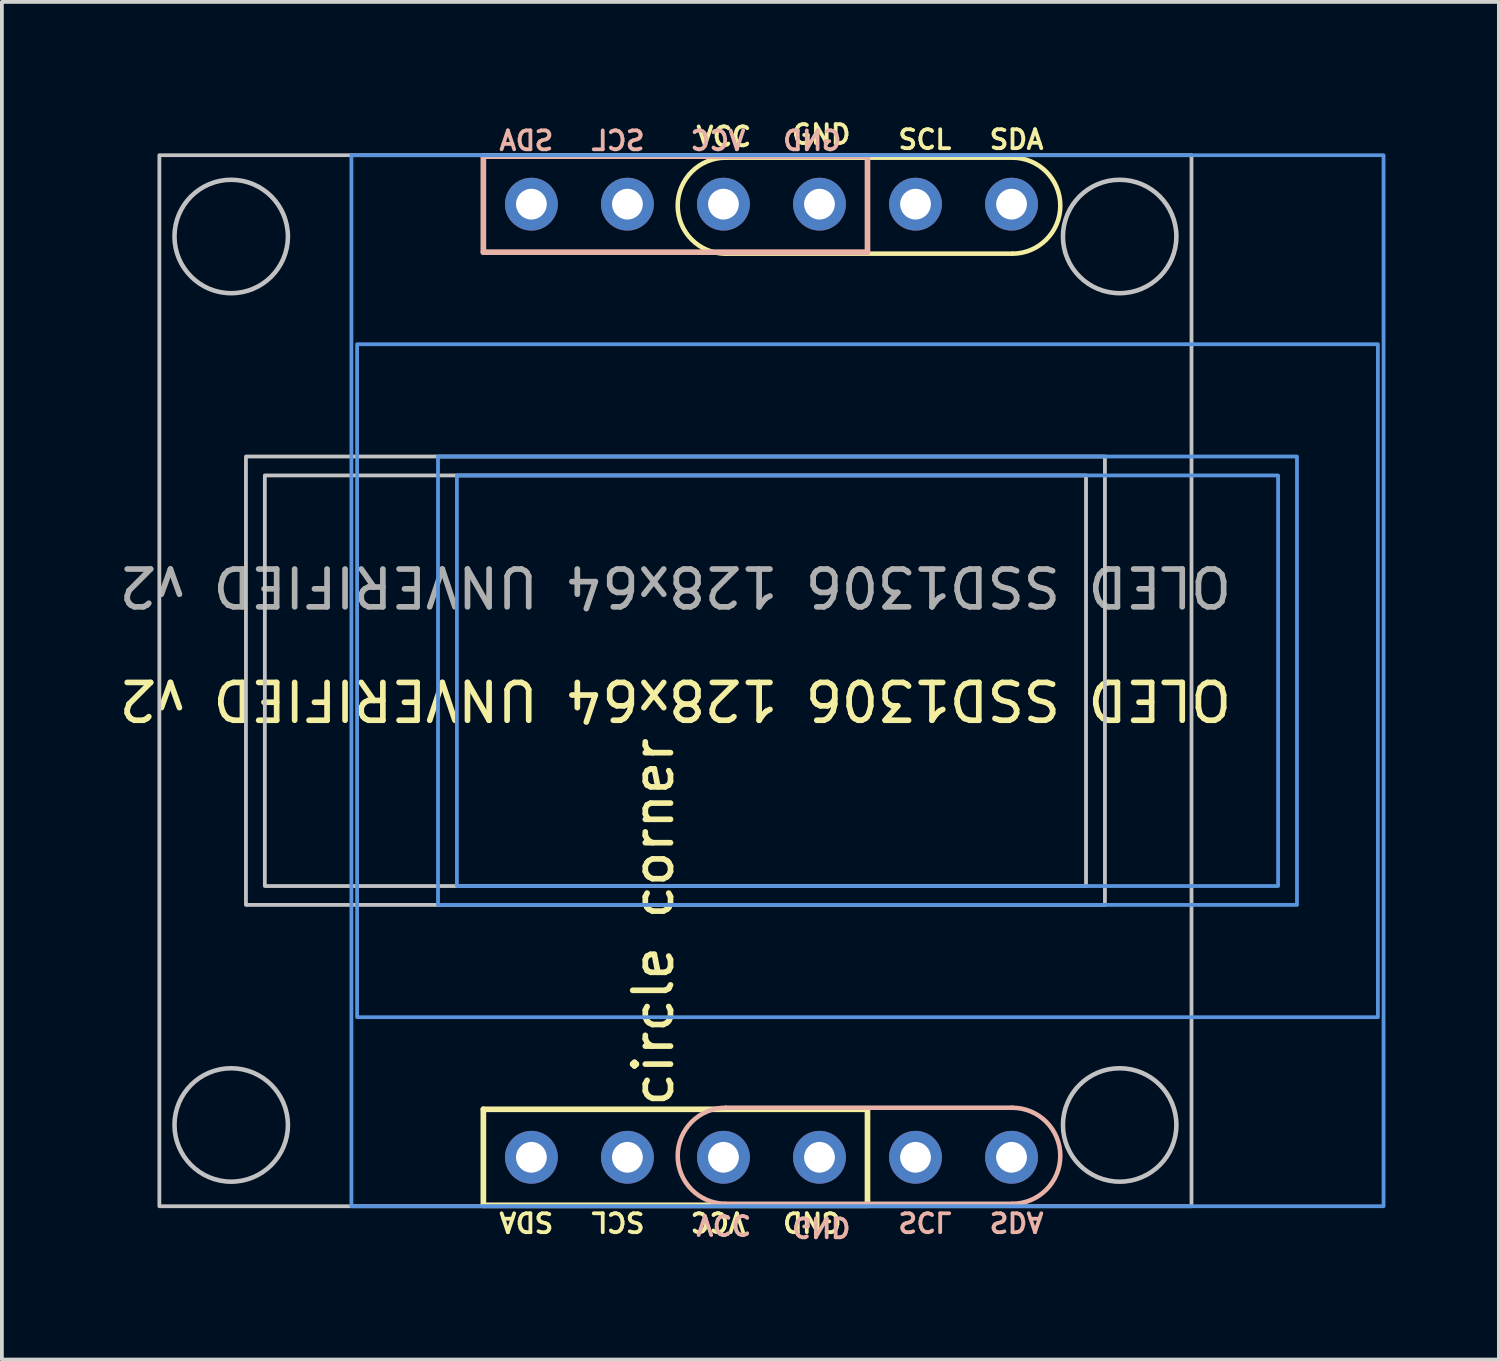
<source format=kicad_pcb>
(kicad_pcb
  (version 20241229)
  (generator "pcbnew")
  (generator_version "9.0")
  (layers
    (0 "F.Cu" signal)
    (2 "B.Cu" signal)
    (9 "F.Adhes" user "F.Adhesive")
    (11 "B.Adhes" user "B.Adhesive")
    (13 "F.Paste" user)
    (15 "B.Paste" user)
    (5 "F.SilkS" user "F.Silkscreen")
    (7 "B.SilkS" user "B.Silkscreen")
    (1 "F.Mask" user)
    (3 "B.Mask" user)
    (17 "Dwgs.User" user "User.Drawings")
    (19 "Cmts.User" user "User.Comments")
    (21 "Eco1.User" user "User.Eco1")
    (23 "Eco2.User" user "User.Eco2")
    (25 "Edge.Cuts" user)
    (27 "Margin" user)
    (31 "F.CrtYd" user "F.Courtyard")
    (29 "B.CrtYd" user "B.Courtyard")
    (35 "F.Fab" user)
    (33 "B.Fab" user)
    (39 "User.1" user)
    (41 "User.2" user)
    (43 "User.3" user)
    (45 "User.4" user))
  (footprint "OLED SSD1306 128x64 UNVERIFIED v2"
    (layer "F.Cu")
    (at 16.941 14.955)
    (property "Reference" "OLED SSD1306 128x64 UNVERIFIED v2" (at -2.126 0.5 180) (unlocked yes) (layer "F.SilkS") (effects (font (size 1 1) (thickness 0.15))))
    (attr through_hole exclude_from_pos_files exclude_from_bom)
    (fp_line (start -7.206 13.875) (end -7.206 11.335) (stroke (width 0.15) (type solid)) (layer "F.SilkS"))
    (fp_line (start -7.206 13.875) (end 2.954 13.875) (stroke (width 0.15) (type solid)) (layer "F.SilkS"))
    (fp_line (start -0.796 -11.295) (end 6.784 -11.295) (stroke (width 0.12) (type default)) (layer "F.SilkS"))
    (fp_line (start 2.954 11.335) (end -7.206 11.335) (stroke (width 0.15) (type solid)) (layer "F.SilkS"))
    (fp_line (start 2.954 11.335) (end 2.954 13.875) (stroke (width 0.15) (type solid)) (layer "F.SilkS"))
    (fp_line (start 6.784 -13.835) (end -0.796 -13.835) (stroke (width 0.12) (type default)) (layer "F.SilkS"))
    (fp_arc (start -0.796011 -11.295) (mid -2.066011 -12.565) (end -0.796011 -13.835) (stroke (width 0.12) (type default)) (layer "F.SilkS"))
    (fp_arc (start 6.783989 -13.835) (mid 8.053989 -12.565) (end 6.783989 -11.295) (stroke (width 0.12) (type default)) (layer "F.SilkS"))
    (fp_line (start -7.206 -13.875) (end -7.206 -11.335) (stroke (width 0.15) (type solid)) (layer "B.SilkS"))
    (fp_line (start -7.206 -13.875) (end 2.954 -13.875) (stroke (width 0.15) (type solid)) (layer "B.SilkS"))
    (fp_line (start -0.796 11.295) (end 6.784 11.295) (stroke (width 0.12) (type default)) (layer "B.SilkS"))
    (fp_line (start 2.954 -11.335) (end -7.206 -11.335) (stroke (width 0.15) (type solid)) (layer "B.SilkS"))
    (fp_line (start 2.954 -11.335) (end 2.954 -13.875) (stroke (width 0.15) (type solid)) (layer "B.SilkS"))
    (fp_line (start 6.784 13.835) (end -0.796 13.835) (stroke (width 0.12) (type default)) (layer "B.SilkS"))
    (fp_arc (start -0.796011 13.835) (mid -2.066011 12.565) (end -0.796011 11.295) (stroke (width 0.12) (type default)) (layer "B.SilkS"))
    (fp_arc (start 6.783989 11.295) (mid 8.053989 12.565) (end 6.783989 13.835) (stroke (width 0.12) (type default)) (layer "B.SilkS"))
    (fp_rect (start -15.776 -13.9) (end 11.524 13.9) (stroke (width 0.1) (type solid)) (fill no) (layer "Dwgs.User"))
    (fp_rect (start 8.734 -5.43) (end -12.986 5.43) (stroke (width 0.1) (type solid)) (fill no) (layer "Dwgs.User"))
    (fp_rect (start 9.234 -5.93) (end -13.486 5.93) (stroke (width 0.1) (type solid)) (fill no) (layer "Dwgs.User"))
    (fp_circle (center -13.876 -11.75) (end -15.376 -11.75) (stroke (width 0.12) (type default)) (fill no) (layer "Dwgs.User"))
    (fp_circle (center -13.876 11.75) (end -15.376 11.75) (stroke (width 0.12) (type default)) (fill no) (layer "Dwgs.User"))
    (fp_circle (center 9.624 -11.75) (end 8.124 -11.75) (stroke (width 0.12) (type default)) (fill no) (layer "Dwgs.User"))
    (fp_circle (center 9.624 11.75) (end 8.124 11.75) (stroke (width 0.12) (type default)) (fill no) (layer "Dwgs.User"))
    (fp_rect (start -10.696 -13.9) (end 16.604 13.9) (stroke (width 0.1) (type solid)) (fill no) (layer "Cmts.User"))
    (fp_rect (start 13.814 -5.43) (end -7.906 5.43) (stroke (width 0.1) (type solid)) (fill no) (layer "Cmts.User"))
    (fp_rect (start 14.314 -5.93) (end -8.406 5.93) (stroke (width 0.1) (type solid)) (fill no) (layer "Cmts.User"))
    (fp_rect (start 16.454 -8.9) (end -10.546 8.9) (stroke (width 0.1) (type solid)) (fill no) (layer "Cmts.User"))
    (fp_rect (start 11.374 -8.9) (end -15.626 8.9) (stroke (width 0.1) (type solid)) (fill no) (layer "User.7"))
    (fp_text user "circle corner " (at -2.126 11.335 90) (unlocked yes) (layer "F.SilkS") (effects (font (size 1 1) (thickness 0.15)) (justify left bottom)))
    (fp_text user "SDA" (at 6.129 -14.02 0) (unlocked yes) (layer "F.SilkS") (effects (font (size 0.5 0.5) (thickness 0.1)) (justify left bottom)))
    (fp_text user "GND" (at 0.904 -14.155 0) (unlocked yes) (layer "F.SilkS") (effects (font (size 0.5 0.5) (thickness 0.1)) (justify left bottom)))
    (fp_text user "VCC" (at -0.221 14.02 180) (unlocked yes) (layer "F.SilkS") (effects (font (size 0.5 0.5) (thickness 0.1)) (justify left bottom)))
    (fp_text user "VCC" (at -1.626 -14.095 0) (unlocked yes) (layer "F.SilkS") (effects (font (size 0.5 0.5) (thickness 0.1)) (justify left bottom)))
    (fp_text user "SCL" (at 3.716 -14.02 0) (unlocked yes) (layer "F.SilkS") (effects (font (size 0.5 0.5) (thickness 0.1)) (justify left bottom)))
    (fp_text user "GND" (at 2.319 14.02 180) (unlocked yes) (layer "F.SilkS") (effects (font (size 0.5 0.5) (thickness 0.1)) (justify left bottom)))
    (fp_text user "SDA" (at -5.301 14.02 180) (unlocked yes) (layer "F.SilkS") (effects (font (size 0.5 0.5) (thickness 0.1)) (justify left bottom)))
    (fp_text user "SCL" (at -2.888 14.02 180) (unlocked yes) (layer "F.SilkS") (effects (font (size 0.5 0.5) (thickness 0.1)) (justify left bottom)))
    (fp_text user "GND" (at 2.319 -13.99 0) (unlocked yes) (layer "B.SilkS") (effects (font (size 0.5 0.5) (thickness 0.1)) (justify left bottom mirror)))
    (fp_text user "VCC" (at -0.221 -13.99 0) (unlocked yes) (layer "B.SilkS") (effects (font (size 0.5 0.5) (thickness 0.1)) (justify left bottom mirror)))
    (fp_text user "GND" (at 0.904 14.155 180) (unlocked yes) (layer "B.SilkS") (effects (font (size 0.5 0.5) (thickness 0.1)) (justify left bottom mirror)))
    (fp_text user "VCC" (at -1.626 14.095 180) (unlocked yes) (layer "B.SilkS") (effects (font (size 0.5 0.5) (thickness 0.1)) (justify left bottom mirror)))
    (fp_text user "SCL" (at 3.716 14.02 180) (unlocked yes) (layer "B.SilkS") (effects (font (size 0.5 0.5) (thickness 0.1)) (justify left bottom mirror)))
    (fp_text user "SCL" (at -2.888 -13.99 0) (unlocked yes) (layer "B.SilkS") (effects (font (size 0.5 0.5) (thickness 0.1)) (justify left bottom mirror)))
    (fp_text user "SDA" (at -5.301 -13.99 0) (unlocked yes) (layer "B.SilkS") (effects (font (size 0.5 0.5) (thickness 0.1)) (justify left bottom mirror)))
    (fp_text user "SDA" (at 6.129 14.02 180) (unlocked yes) (layer "B.SilkS") (effects (font (size 0.5 0.5) (thickness 0.1)) (justify left bottom mirror)))
    (fp_text user "${REFERENCE}" (at -2.126 -2.5 180) (unlocked yes) (layer "F.Fab") (effects (font (size 1 1) (thickness 0.15))))
    (dimension (type aligned) (layer "Eco2.User") (pts (xy 28.465 28.855) (xy 28.465 1.055)) (height -6.65) (format (prefix "") (suffix "") (units 3) (units_format 1) (precision 4)) (style (thickness 0.12) (arrow_length 1.27) (text_position_mode 0) (arrow_direction outward) (extension_height 0.586) (extension_offset 0.5) (keep_text_aligned yes)) (gr_text "27.8000 mm" (at 20.665 14.955 90) (layer "Eco2.User") (effects (font (size 1 1) (thickness 0.15)))))
    (dimension (type aligned) (layer "Eco2.User") (pts (xy 1.165 28.855) (xy 28.465 28.855)) (height -22.32) (format (prefix "") (suffix "") (units 3) (units_format 1) (precision 4)) (style (thickness 0.12) (arrow_length 1.27) (text_position_mode 0) (arrow_direction outward) (extension_height 0.586) (extension_offset 0.5) (keep_text_aligned yes)) (gr_text "27.3000 mm" (at 14.815 5.385 0) (layer "Eco2.User") (effects (font (size 1 1) (thickness 0.15)))))
    (dimension (type aligned) (layer "Eco2.User") (pts (xy 3.065 26.705) (xy 26.565 26.705)) (height -3.92) (format (prefix "") (suffix "") (units 3) (units_format 1) (precision 4)) (style (thickness 0.12) (arrow_length 1.27) (text_position_mode 0) (arrow_direction outward) (extension_height 0.586) (extension_offset 0.5) (keep_text_aligned yes)) (gr_text "23.5000 mm" (at 14.815 21.635 0) (layer "Eco2.User") (effects (font (size 1 1) (thickness 0.15)))))
    (pad "1" thru_hole circle (at -5.936 -12.605) (size 1.397 1.397) (drill 0.813) (layers "*.Cu" "F.Mask"))
    (pad "1" thru_hole circle (at -5.936 12.605 180) (size 1.397 1.397) (drill 0.813) (layers "*.Cu" "B.Mask"))
    (pad "1" thru_hole circle (at 6.764 -12.605) (size 1.397 1.397) (drill 0.813) (layers "*.Cu" "B.Mask"))
    (pad "1" thru_hole circle (at 6.764 12.605 180) (size 1.397 1.397) (drill 0.813) (layers "*.Cu" "F.Mask"))
    (pad "2" thru_hole circle (at -3.396 -12.605) (size 1.397 1.397) (drill 0.813) (layers "*.Cu" "F.Mask"))
    (pad "2" thru_hole circle (at -3.396 12.605 180) (size 1.397 1.397) (drill 0.813) (layers "*.Cu" "B.Mask"))
    (pad "2" thru_hole circle (at 4.224 -12.605) (size 1.397 1.397) (drill 0.813) (layers "*.Cu" "B.Mask"))
    (pad "2" thru_hole circle (at 4.224 12.605 180) (size 1.397 1.397) (drill 0.813) (layers "*.Cu" "F.Mask"))
    (pad "3" thru_hole circle (at -0.856 -12.605) (size 1.397 1.397) (drill 0.813) (layers "*.Cu" "*.Mask"))
    (pad "3" thru_hole circle (at -0.856 12.605 180) (size 1.397 1.397) (drill 0.813) (layers "*.Cu" "*.Mask"))
    (pad "4" thru_hole circle (at 1.684 -12.605) (size 1.397 1.397) (drill 0.813) (layers "*.Cu" "*.Mask"))
    (pad "4" thru_hole circle (at 1.684 12.605 180) (size 1.397 1.397) (drill 0.813) (layers "*.Cu" "*.Mask")))
  (gr_rect
    (start -3 -3)
    (end 36.595 32.91)
    (stroke (width 0.1) (type default))
    (fill no)
    (layer "Edge.Cuts")))
</source>
